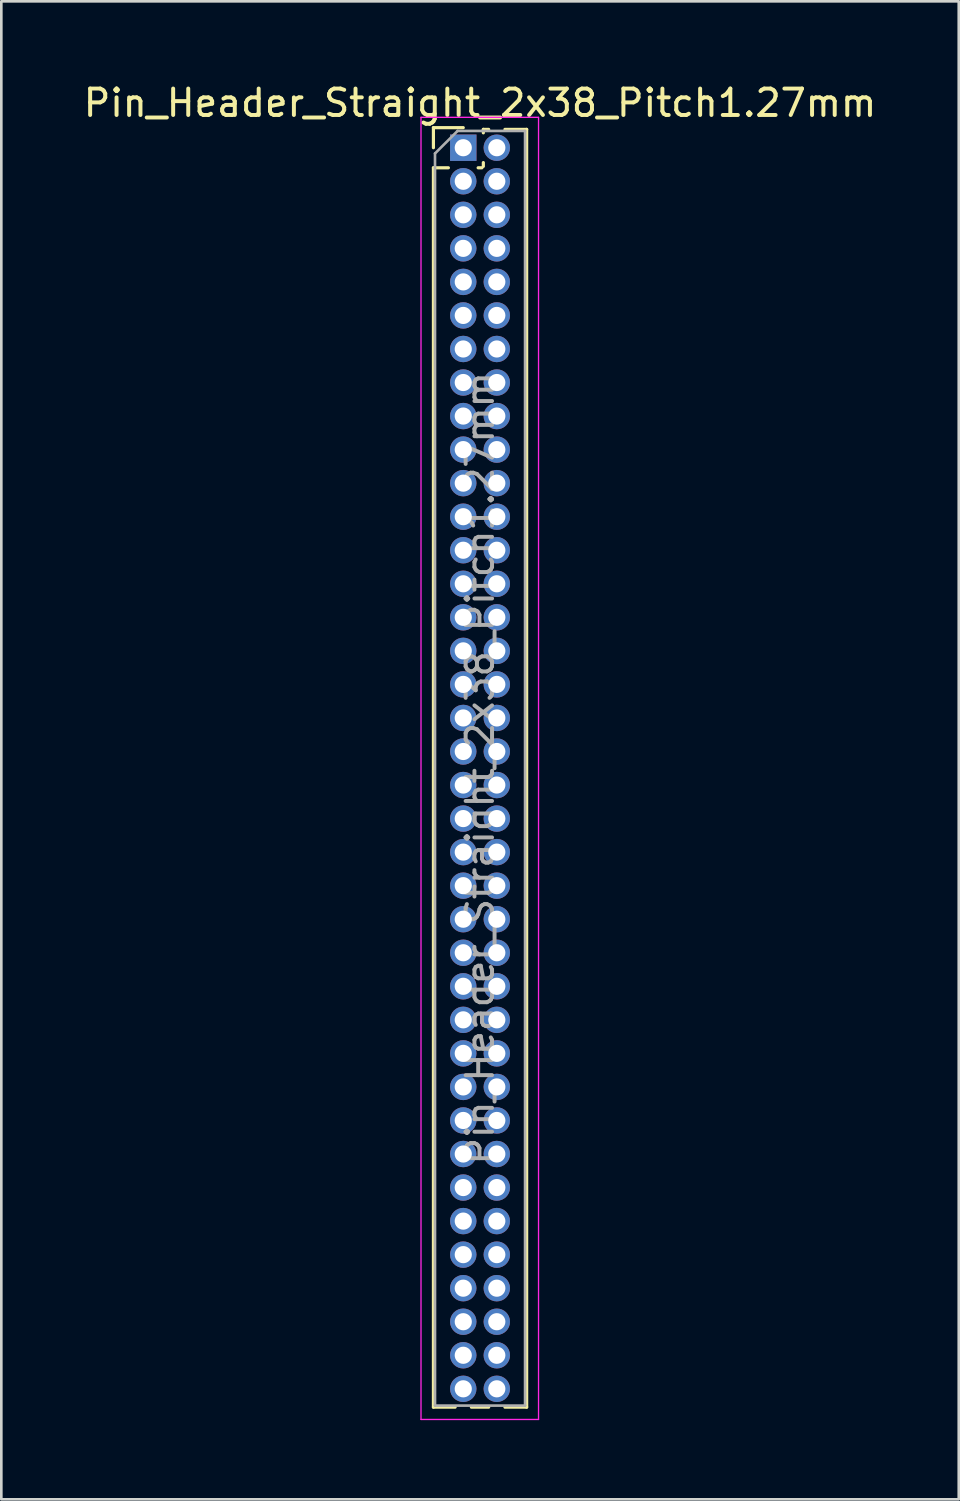
<source format=kicad_pcb>
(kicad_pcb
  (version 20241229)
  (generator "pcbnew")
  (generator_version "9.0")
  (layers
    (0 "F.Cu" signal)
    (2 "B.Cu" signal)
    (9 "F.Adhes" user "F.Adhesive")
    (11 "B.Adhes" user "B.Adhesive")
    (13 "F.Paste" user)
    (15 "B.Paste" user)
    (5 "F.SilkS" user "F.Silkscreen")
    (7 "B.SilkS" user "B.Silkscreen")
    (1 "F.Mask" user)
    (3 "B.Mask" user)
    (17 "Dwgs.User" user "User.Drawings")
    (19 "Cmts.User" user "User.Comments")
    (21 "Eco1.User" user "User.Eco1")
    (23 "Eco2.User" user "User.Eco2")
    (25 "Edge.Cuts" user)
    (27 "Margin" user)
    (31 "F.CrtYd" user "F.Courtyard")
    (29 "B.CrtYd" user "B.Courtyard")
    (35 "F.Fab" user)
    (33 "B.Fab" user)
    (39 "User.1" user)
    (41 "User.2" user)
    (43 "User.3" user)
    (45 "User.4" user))
  (footprint "Pin_Header_Straight_2x38_Pitch1.27mm"
    (layer "F.Cu")
    (at 14.49 2.543)
    (property "Reference" "Pin_Header_Straight_2x38_Pitch1.27mm" (at 0.635 -1.695 0) (layer "F.SilkS") (effects (font (size 1 1) (thickness 0.15))))
    (attr through_hole)
    (fp_line (start -1.13 -0.76) (end 0 -0.76) (stroke (width 0.12) (type solid)) (layer "F.SilkS"))
    (fp_line (start -1.13 0) (end -1.13 -0.76) (stroke (width 0.12) (type solid)) (layer "F.SilkS"))
    (fp_line (start -1.13 0.76) (end -1.13 47.685) (stroke (width 0.12) (type solid)) (layer "F.SilkS"))
    (fp_line (start -1.13 0.76) (end -0.563 0.76) (stroke (width 0.12) (type solid)) (layer "F.SilkS"))
    (fp_line (start -1.13 47.685) (end -0.308 47.685) (stroke (width 0.12) (type solid)) (layer "F.SilkS"))
    (fp_line (start 0.308 47.685) (end 0.962 47.685) (stroke (width 0.12) (type solid)) (layer "F.SilkS"))
    (fp_line (start 0.563 0.76) (end 0.707 0.76) (stroke (width 0.12) (type solid)) (layer "F.SilkS"))
    (fp_line (start 0.76 -0.695) (end 0.962 -0.695) (stroke (width 0.12) (type solid)) (layer "F.SilkS"))
    (fp_line (start 0.76 -0.563) (end 0.76 -0.695) (stroke (width 0.12) (type solid)) (layer "F.SilkS"))
    (fp_line (start 0.76 0.707) (end 0.76 0.563) (stroke (width 0.12) (type solid)) (layer "F.SilkS"))
    (fp_line (start 1.578 -0.695) (end 2.4 -0.695) (stroke (width 0.12) (type solid)) (layer "F.SilkS"))
    (fp_line (start 1.578 47.685) (end 2.4 47.685) (stroke (width 0.12) (type solid)) (layer "F.SilkS"))
    (fp_line (start 2.4 -0.695) (end 2.4 47.685) (stroke (width 0.12) (type solid)) (layer "F.SilkS"))
    (fp_line (start -1.6 -1.15) (end -1.6 48.15) (stroke (width 0.05) (type solid)) (layer "F.CrtYd"))
    (fp_line (start -1.6 48.15) (end 2.85 48.15) (stroke (width 0.05) (type solid)) (layer "F.CrtYd"))
    (fp_line (start 2.85 -1.15) (end -1.6 -1.15) (stroke (width 0.05) (type solid)) (layer "F.CrtYd"))
    (fp_line (start 2.85 48.15) (end 2.85 -1.15) (stroke (width 0.05) (type solid)) (layer "F.CrtYd"))
    (fp_line (start -1.07 0.217) (end -0.217 -0.635) (stroke (width 0.1) (type solid)) (layer "F.Fab"))
    (fp_line (start -1.07 47.625) (end -1.07 0.217) (stroke (width 0.1) (type solid)) (layer "F.Fab"))
    (fp_line (start -0.217 -0.635) (end 2.34 -0.635) (stroke (width 0.1) (type solid)) (layer "F.Fab"))
    (fp_line (start 2.34 -0.635) (end 2.34 47.625) (stroke (width 0.1) (type solid)) (layer "F.Fab"))
    (fp_line (start 2.34 47.625) (end -1.07 47.625) (stroke (width 0.1) (type solid)) (layer "F.Fab"))
    (fp_text user "${REFERENCE}" (at 0.635 23.495 90) (layer "F.Fab") (effects (font (size 1 1) (thickness 0.15))))
    (pad "1" thru_hole rect (at 0 0) (size 1 1) (drill 0.65) (layers "*.Cu" "*.Mask"))
    (pad "2" thru_hole oval (at 1.27 0) (size 1 1) (drill 0.65) (layers "*.Cu" "*.Mask"))
    (pad "3" thru_hole oval (at 0 1.27) (size 1 1) (drill 0.65) (layers "*.Cu" "*.Mask"))
    (pad "4" thru_hole oval (at 1.27 1.27) (size 1 1) (drill 0.65) (layers "*.Cu" "*.Mask"))
    (pad "5" thru_hole oval (at 0 2.54) (size 1 1) (drill 0.65) (layers "*.Cu" "*.Mask"))
    (pad "6" thru_hole oval (at 1.27 2.54) (size 1 1) (drill 0.65) (layers "*.Cu" "*.Mask"))
    (pad "7" thru_hole oval (at 0 3.81) (size 1 1) (drill 0.65) (layers "*.Cu" "*.Mask"))
    (pad "8" thru_hole oval (at 1.27 3.81) (size 1 1) (drill 0.65) (layers "*.Cu" "*.Mask"))
    (pad "9" thru_hole oval (at 0 5.08) (size 1 1) (drill 0.65) (layers "*.Cu" "*.Mask"))
    (pad "10" thru_hole oval (at 1.27 5.08) (size 1 1) (drill 0.65) (layers "*.Cu" "*.Mask"))
    (pad "11" thru_hole oval (at 0 6.35) (size 1 1) (drill 0.65) (layers "*.Cu" "*.Mask"))
    (pad "12" thru_hole oval (at 1.27 6.35) (size 1 1) (drill 0.65) (layers "*.Cu" "*.Mask"))
    (pad "13" thru_hole oval (at 0 7.62) (size 1 1) (drill 0.65) (layers "*.Cu" "*.Mask"))
    (pad "14" thru_hole oval (at 1.27 7.62) (size 1 1) (drill 0.65) (layers "*.Cu" "*.Mask"))
    (pad "15" thru_hole oval (at 0 8.89) (size 1 1) (drill 0.65) (layers "*.Cu" "*.Mask"))
    (pad "16" thru_hole oval (at 1.27 8.89) (size 1 1) (drill 0.65) (layers "*.Cu" "*.Mask"))
    (pad "17" thru_hole oval (at 0 10.16) (size 1 1) (drill 0.65) (layers "*.Cu" "*.Mask"))
    (pad "18" thru_hole oval (at 1.27 10.16) (size 1 1) (drill 0.65) (layers "*.Cu" "*.Mask"))
    (pad "19" thru_hole oval (at 0 11.43) (size 1 1) (drill 0.65) (layers "*.Cu" "*.Mask"))
    (pad "20" thru_hole oval (at 1.27 11.43) (size 1 1) (drill 0.65) (layers "*.Cu" "*.Mask"))
    (pad "21" thru_hole oval (at 0 12.7) (size 1 1) (drill 0.65) (layers "*.Cu" "*.Mask"))
    (pad "22" thru_hole oval (at 1.27 12.7) (size 1 1) (drill 0.65) (layers "*.Cu" "*.Mask"))
    (pad "23" thru_hole oval (at 0 13.97) (size 1 1) (drill 0.65) (layers "*.Cu" "*.Mask"))
    (pad "24" thru_hole oval (at 1.27 13.97) (size 1 1) (drill 0.65) (layers "*.Cu" "*.Mask"))
    (pad "25" thru_hole oval (at 0 15.24) (size 1 1) (drill 0.65) (layers "*.Cu" "*.Mask"))
    (pad "26" thru_hole oval (at 1.27 15.24) (size 1 1) (drill 0.65) (layers "*.Cu" "*.Mask"))
    (pad "27" thru_hole oval (at 0 16.51) (size 1 1) (drill 0.65) (layers "*.Cu" "*.Mask"))
    (pad "28" thru_hole oval (at 1.27 16.51) (size 1 1) (drill 0.65) (layers "*.Cu" "*.Mask"))
    (pad "29" thru_hole oval (at 0 17.78) (size 1 1) (drill 0.65) (layers "*.Cu" "*.Mask"))
    (pad "30" thru_hole oval (at 1.27 17.78) (size 1 1) (drill 0.65) (layers "*.Cu" "*.Mask"))
    (pad "31" thru_hole oval (at 0 19.05) (size 1 1) (drill 0.65) (layers "*.Cu" "*.Mask"))
    (pad "32" thru_hole oval (at 1.27 19.05) (size 1 1) (drill 0.65) (layers "*.Cu" "*.Mask"))
    (pad "33" thru_hole oval (at 0 20.32) (size 1 1) (drill 0.65) (layers "*.Cu" "*.Mask"))
    (pad "34" thru_hole oval (at 1.27 20.32) (size 1 1) (drill 0.65) (layers "*.Cu" "*.Mask"))
    (pad "35" thru_hole oval (at 0 21.59) (size 1 1) (drill 0.65) (layers "*.Cu" "*.Mask"))
    (pad "36" thru_hole oval (at 1.27 21.59) (size 1 1) (drill 0.65) (layers "*.Cu" "*.Mask"))
    (pad "37" thru_hole oval (at 0 22.86) (size 1 1) (drill 0.65) (layers "*.Cu" "*.Mask"))
    (pad "38" thru_hole oval (at 1.27 22.86) (size 1 1) (drill 0.65) (layers "*.Cu" "*.Mask"))
    (pad "39" thru_hole oval (at 0 24.13) (size 1 1) (drill 0.65) (layers "*.Cu" "*.Mask"))
    (pad "40" thru_hole oval (at 1.27 24.13) (size 1 1) (drill 0.65) (layers "*.Cu" "*.Mask"))
    (pad "41" thru_hole oval (at 0 25.4) (size 1 1) (drill 0.65) (layers "*.Cu" "*.Mask"))
    (pad "42" thru_hole oval (at 1.27 25.4) (size 1 1) (drill 0.65) (layers "*.Cu" "*.Mask"))
    (pad "43" thru_hole oval (at 0 26.67) (size 1 1) (drill 0.65) (layers "*.Cu" "*.Mask"))
    (pad "44" thru_hole oval (at 1.27 26.67) (size 1 1) (drill 0.65) (layers "*.Cu" "*.Mask"))
    (pad "45" thru_hole oval (at 0 27.94) (size 1 1) (drill 0.65) (layers "*.Cu" "*.Mask"))
    (pad "46" thru_hole oval (at 1.27 27.94) (size 1 1) (drill 0.65) (layers "*.Cu" "*.Mask"))
    (pad "47" thru_hole oval (at 0 29.21) (size 1 1) (drill 0.65) (layers "*.Cu" "*.Mask"))
    (pad "48" thru_hole oval (at 1.27 29.21) (size 1 1) (drill 0.65) (layers "*.Cu" "*.Mask"))
    (pad "49" thru_hole oval (at 0 30.48) (size 1 1) (drill 0.65) (layers "*.Cu" "*.Mask"))
    (pad "50" thru_hole oval (at 1.27 30.48) (size 1 1) (drill 0.65) (layers "*.Cu" "*.Mask"))
    (pad "51" thru_hole oval (at 0 31.75) (size 1 1) (drill 0.65) (layers "*.Cu" "*.Mask"))
    (pad "52" thru_hole oval (at 1.27 31.75) (size 1 1) (drill 0.65) (layers "*.Cu" "*.Mask"))
    (pad "53" thru_hole oval (at 0 33.02) (size 1 1) (drill 0.65) (layers "*.Cu" "*.Mask"))
    (pad "54" thru_hole oval (at 1.27 33.02) (size 1 1) (drill 0.65) (layers "*.Cu" "*.Mask"))
    (pad "55" thru_hole oval (at 0 34.29) (size 1 1) (drill 0.65) (layers "*.Cu" "*.Mask"))
    (pad "56" thru_hole oval (at 1.27 34.29) (size 1 1) (drill 0.65) (layers "*.Cu" "*.Mask"))
    (pad "57" thru_hole oval (at 0 35.56) (size 1 1) (drill 0.65) (layers "*.Cu" "*.Mask"))
    (pad "58" thru_hole oval (at 1.27 35.56) (size 1 1) (drill 0.65) (layers "*.Cu" "*.Mask"))
    (pad "59" thru_hole oval (at 0 36.83) (size 1 1) (drill 0.65) (layers "*.Cu" "*.Mask"))
    (pad "60" thru_hole oval (at 1.27 36.83) (size 1 1) (drill 0.65) (layers "*.Cu" "*.Mask"))
    (pad "61" thru_hole oval (at 0 38.1) (size 1 1) (drill 0.65) (layers "*.Cu" "*.Mask"))
    (pad "62" thru_hole oval (at 1.27 38.1) (size 1 1) (drill 0.65) (layers "*.Cu" "*.Mask"))
    (pad "63" thru_hole oval (at 0 39.37) (size 1 1) (drill 0.65) (layers "*.Cu" "*.Mask"))
    (pad "64" thru_hole oval (at 1.27 39.37) (size 1 1) (drill 0.65) (layers "*.Cu" "*.Mask"))
    (pad "65" thru_hole oval (at 0 40.64) (size 1 1) (drill 0.65) (layers "*.Cu" "*.Mask"))
    (pad "66" thru_hole oval (at 1.27 40.64) (size 1 1) (drill 0.65) (layers "*.Cu" "*.Mask"))
    (pad "67" thru_hole oval (at 0 41.91) (size 1 1) (drill 0.65) (layers "*.Cu" "*.Mask"))
    (pad "68" thru_hole oval (at 1.27 41.91) (size 1 1) (drill 0.65) (layers "*.Cu" "*.Mask"))
    (pad "69" thru_hole oval (at 0 43.18) (size 1 1) (drill 0.65) (layers "*.Cu" "*.Mask"))
    (pad "70" thru_hole oval (at 1.27 43.18) (size 1 1) (drill 0.65) (layers "*.Cu" "*.Mask"))
    (pad "71" thru_hole oval (at 0 44.45) (size 1 1) (drill 0.65) (layers "*.Cu" "*.Mask"))
    (pad "72" thru_hole oval (at 1.27 44.45) (size 1 1) (drill 0.65) (layers "*.Cu" "*.Mask"))
    (pad "73" thru_hole oval (at 0 45.72) (size 1 1) (drill 0.65) (layers "*.Cu" "*.Mask"))
    (pad "74" thru_hole oval (at 1.27 45.72) (size 1 1) (drill 0.65) (layers "*.Cu" "*.Mask"))
    (pad "75" thru_hole oval (at 0 46.99) (size 1 1) (drill 0.65) (layers "*.Cu" "*.Mask"))
    (pad "76" thru_hole oval (at 1.27 46.99) (size 1 1) (drill 0.65) (layers "*.Cu" "*.Mask")))
  (gr_rect
    (start -3 -3)
    (end 33.25 53.718)
    (stroke (width 0.1) (type default))
    (fill no)
    (layer "Edge.Cuts")))
</source>
